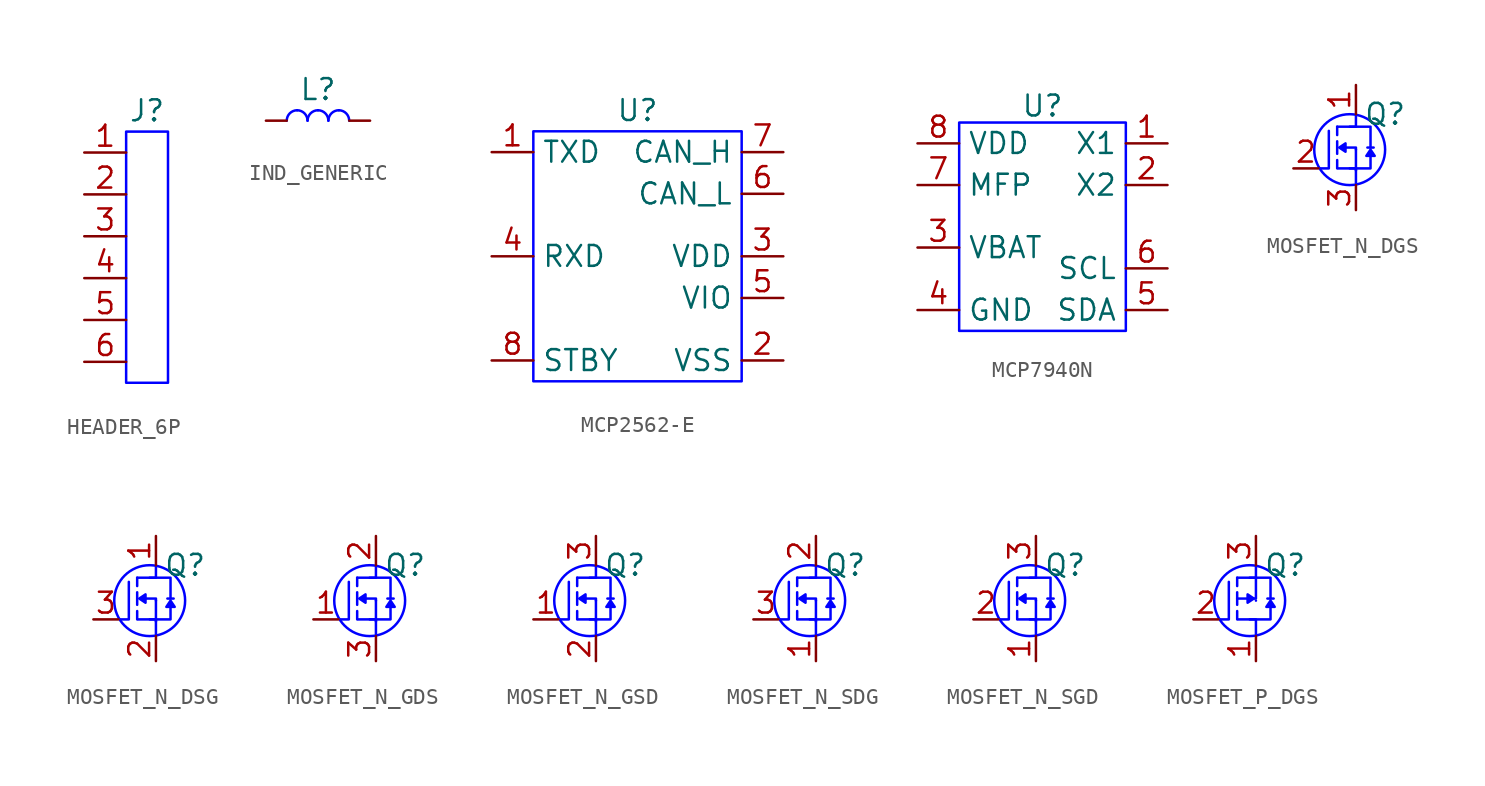
<source format=kicad_sym>
(kicad_symbol_lib
  (version 20241209)
  (generator "kicad_symbol_editor")
  (generator_version "9.0")
  (symbol "HEADER_6P"
    (pin_names
      (hide yes))
    (property "Reference" "J"
      (at 1.27 1.27 0)
      (effects (font (size 1.27 1.27))))
    (property "Value" ""
      (at 0 0 0)
      (effects (font (size 1.27 1.27))))
    (symbol "HEADER_6P_1_1"
      (rectangle (start 0 0) (end 2.54 -15.24) (stroke (width 0) (type solid) (color 0 0 255 1)) (fill (type none)))
      (pin passive line (at -2.54 -1.27 0) (length 2.54) (name "1" (effects (font (size 1.27 1.27)))) (number "1" (effects (font (size 1.27 1.27)))))
      (pin passive line (at -2.54 -3.81 0) (length 2.54) (name "2" (effects (font (size 1.27 1.27)))) (number "2" (effects (font (size 1.27 1.27)))))
      (pin passive line (at -2.54 -6.35 0) (length 2.54) (name "3" (effects (font (size 1.27 1.27)))) (number "3" (effects (font (size 1.27 1.27)))))
      (pin passive line (at -2.54 -8.89 0) (length 2.54) (name "4" (effects (font (size 1.27 1.27)))) (number "4" (effects (font (size 1.27 1.27)))))
      (pin passive line (at -2.54 -11.43 0) (length 2.54) (name "5" (effects (font (size 1.27 1.27)))) (number "5" (effects (font (size 1.27 1.27)))))
      (pin passive line (at -2.54 -13.97 0) (length 2.54) (name "6" (effects (font (size 1.27 1.27)))) (number "6" (effects (font (size 1.27 1.27)))))))
  (symbol "IND_GENERIC"
    (pin_numbers
      (hide yes))
    (pin_names
      (offset 0)
      (hide yes))
    (property "Reference" "L"
      (at 1.905 1.905 0)
      (effects (font (size 1.27 1.27))))
    (property "Value" ""
      (at 1.524 -1.524 0)
      (effects (font (size 1.27 1.27))))
    (property "Current Rating" ""
      (at 0 0 0)
      (effects (font (size 1.27 1.27))))
    (symbol "IND_GENERIC_0_1"
      (arc (start 0 0) (mid 0.186 0.449) (end 0.635 0.635) (stroke (width 0) (type default) (color 0 0 255 1)) (fill (type none)))
      (arc (start 0.635 0.635) (mid 1.084 0.449) (end 1.27 0) (stroke (width 0) (type default) (color 0 0 255 1)) (fill (type none)))
      (arc (start 1.27 0) (mid 1.456 0.449) (end 1.905 0.635) (stroke (width 0) (type default) (color 0 0 255 1)) (fill (type none)))
      (arc (start 1.905 0.635) (mid 2.354 0.449) (end 2.54 0) (stroke (width 0) (type default) (color 0 0 255 1)) (fill (type none)))
      (arc (start 2.54 0) (mid 2.726 0.449) (end 3.175 0.635) (stroke (width 0) (type default) (color 0 0 255 1)) (fill (type none)))
      (arc (start 3.175 0.635) (mid 3.624 0.449) (end 3.81 0) (stroke (width 0) (type default) (color 0 0 255 1)) (fill (type none))))
    (symbol "IND_GENERIC_1_1"
      (pin passive line (at -1.27 0 0) (length 1.27) (name "" (effects (font (size 1.27 1.27)))) (number "1" (effects (font (size 1.27 1.27)))))
      (pin passive line (at 5.08 0 180) (length 1.27) (name "" (effects (font (size 1.27 1.27)))) (number "2" (effects (font (size 1.27 1.27)))))))
  (symbol "MCP2562-E"
    (property "Reference" "U"
      (at 6.35 1.27 0)
      (effects (font (size 1.27 1.27))))
    (property "Value" ""
      (at 0 0 0)
      (effects (font (size 1.27 1.27))))
    (symbol "MCP2562-E_1_1"
      (rectangle (start 0 0) (end 12.7 -15.24) (stroke (width 0) (type solid) (color 0 0 255 1)) (fill (type none)))
      (pin input line (at -2.54 -1.27 0) (length 2.54) (name "TXD" (effects (font (size 1.27 1.27)))) (number "1" (effects (font (size 1.27 1.27)))))
      (pin output line (at -2.54 -7.62 0) (length 2.54) (name "RXD" (effects (font (size 1.27 1.27)))) (number "4" (effects (font (size 1.27 1.27)))))
      (pin input line (at -2.54 -13.97 0) (length 2.54) (name "STBY" (effects (font (size 1.27 1.27)))) (number "8" (effects (font (size 1.27 1.27)))))
      (pin bidirectional line (at 15.24 -1.27 180) (length 2.54) (name "CAN_H" (effects (font (size 1.27 1.27)))) (number "7" (effects (font (size 1.27 1.27)))))
      (pin bidirectional line (at 15.24 -3.81 180) (length 2.54) (name "CAN_L" (effects (font (size 1.27 1.27)))) (number "6" (effects (font (size 1.27 1.27)))))
      (pin power_in line (at 15.24 -7.62 180) (length 2.54) (name "VDD" (effects (font (size 1.27 1.27)))) (number "3" (effects (font (size 1.27 1.27)))))
      (pin power_in line (at 15.24 -10.16 180) (length 2.54) (name "VIO" (effects (font (size 1.27 1.27)))) (number "5" (effects (font (size 1.27 1.27)))))
      (pin power_in line (at 15.24 -13.97 180) (length 2.54) (name "VSS" (effects (font (size 1.27 1.27)))) (number "2" (effects (font (size 1.27 1.27)))))))
  (symbol "MCP7940N"
    (property "Reference" "U"
      (at 5.08 1.016 0)
      (effects (font (size 1.27 1.27))))
    (property "Value" ""
      (at 0 0 0)
      (effects (font (size 1.27 1.27))))
    (symbol "MCP7940N_0_1"
      (rectangle (start 0 0) (end 10.16 -12.7) (stroke (width 0) (type default) (color 0 0 255 1)) (fill (type none)))
      (polyline (pts (xy 3.556 -3.81) (xy 3.556 -3.81)) (stroke (width 0) (type default) (color 0 0 255 1)) (fill (type none)))
      (polyline (pts (xy 10.16 -3.81) (xy 10.16 -3.81)) (stroke (width 0) (type default) (color 0 0 255 1)) (fill (type none))))
    (symbol "MCP7940N_1_1"
      (pin power_in line (at -2.54 -1.27 0) (length 2.54) (name "VDD" (effects (font (size 1.27 1.27)))) (number "8" (effects (font (size 1.27 1.27)))))
      (pin open_collector line (at -2.54 -3.81 0) (length 2.54) (name "MFP" (effects (font (size 1.27 1.27)))) (number "7" (effects (font (size 1.27 1.27)))))
      (pin power_in line (at -2.54 -7.62 0) (length 2.54) (name "VBAT" (effects (font (size 1.27 1.27)))) (number "3" (effects (font (size 1.27 1.27)))))
      (pin power_in line (at -2.54 -11.43 0) (length 2.54) (name "GND" (effects (font (size 1.27 1.27)))) (number "4" (effects (font (size 1.27 1.27)))))
      (pin input line (at 12.7 -1.27 180) (length 2.54) (name "X1" (effects (font (size 1.27 1.27)))) (number "1" (effects (font (size 1.27 1.27)))))
      (pin input line (at 12.7 -3.81 180) (length 2.54) (name "X2" (effects (font (size 1.27 1.27)))) (number "2" (effects (font (size 1.27 1.27)))))
      (pin input line (at 12.7 -8.89 180) (length 2.54) (name "SCL" (effects (font (size 1.27 1.27)))) (number "6" (effects (font (size 1.27 1.27)))))
      (pin bidirectional line (at 12.7 -11.43 180) (length 2.54) (name "SDA" (effects (font (size 1.27 1.27)))) (number "5" (effects (font (size 1.27 1.27)))))))
  (symbol "MOSFET_N_DGS"
    (pin_names
      (offset 0)
      (hide yes))
    (property "Reference" "Q"
      (at 5.588 3.302 0)
      (effects (font (size 1.27 1.27))))
    (property "Value" ""
      (at 0 0 0)
      (effects (font (size 1.27 1.27))))
    (property "VDS" ""
      (at 0 0 0)
      (effects (font (size 1.27 1.27))))
    (symbol "MOSFET_N_DGS_1_1"
      (polyline (pts (xy 1.651 0) (xy 2.159 0) (xy 2.159 2.286)) (stroke (width 0) (type solid) (color 0 0 255 1)) (fill (type none)))
      (polyline (pts (xy 2.667 2.54) (xy 2.667 2.032)) (stroke (width 0) (type solid) (color 0 0 255 1)) (fill (type none)))
      (polyline (pts (xy 2.667 2.54) (xy 3.81 2.54) (xy 3.81 3.175)) (stroke (width 0) (type solid) (color 0 0 255 1)) (fill (type none)))
      (polyline (pts (xy 2.667 1.651) (xy 2.667 0.889)) (stroke (width 0) (type solid) (color 0 0 255 1)) (fill (type none)))
      (polyline (pts (xy 2.667 0.508) (xy 2.667 0)) (stroke (width 0) (type solid) (color 0 0 255 1)) (fill (type none)))
      (polyline (pts (xy 2.73 0) (xy 3.81 0) (xy 3.81 -0.889)) (stroke (width 0) (type solid) (color 0 0 255 1)) (fill (type none)))
      (polyline (pts (xy 2.794 1.27) (xy 3.175 1.016) (xy 3.175 1.524) (xy 2.794 1.27)) (stroke (width 0) (type solid) (color 0 0 255 1)) (fill (type color) (color 0 0 255 1)))
      (polyline (pts (xy 3.048 1.27) (xy 3.81 1.27) (xy 3.81 -0.127)) (stroke (width 0) (type solid) (color 0 0 255 1)) (fill (type none)))
      (polyline (pts (xy 3.429 2.54) (xy 4.699 2.54) (xy 4.699 1.27)) (stroke (width 0) (type solid) (color 0 0 255 1)) (fill (type none)))
      (circle (center 3.429 1.143) (radius 2.159) (stroke (width 0) (type default) (color 0 0 255 1)) (fill (type none)))
      (polyline (pts (xy 3.429 0) (xy 4.699 0) (xy 4.699 0.889)) (stroke (width 0) (type solid) (color 0 0 255 1)) (fill (type none)))
      (polyline (pts (xy 3.81 1.143) (xy 3.81 1.143)) (stroke (width 0) (type solid) (color 0 0 255 1)) (fill (type none)))
      (polyline (pts (xy 4.508 1.27) (xy 4.889 1.27)) (stroke (width 0) (type solid) (color 0 0 255 1)) (fill (type none)))
      (polyline (pts (xy 4.699 1.143) (xy 4.445 0.762) (xy 4.953 0.762) (xy 4.699 1.143)) (stroke (width 0) (type solid) (color 0 0 255 1)) (fill (type color) (color 0 0 255 1)))
      (pin input line (at 0 0 0) (length 1.524) (name "G" (effects (font (size 1.27 1.27)))) (number "2" (effects (font (size 1.27 1.27)))))
      (pin passive line (at 3.81 5.08 270) (length 1.778) (name "D" (effects (font (size 1.27 1.27)))) (number "1" (effects (font (size 1.27 1.27)))))
      (pin passive line (at 3.81 -2.54 90) (length 1.524) (name "S" (effects (font (size 1.27 1.27)))) (number "3" (effects (font (size 1.27 1.27)))))))
  (symbol "MOSFET_N_DSG"
    (pin_names
      (offset 0)
      (hide yes))
    (property "Reference" "Q"
      (at 5.588 3.302 0)
      (effects (font (size 1.27 1.27))))
    (property "VDS" ""
      (at 0 0 0)
      (effects (font (size 1.27 1.27))))
    (symbol "MOSFET_N_DSG_1_1"
      (polyline (pts (xy 1.651 0) (xy 2.159 0) (xy 2.159 2.286)) (stroke (width 0) (type solid) (color 0 0 255 1)) (fill (type none)))
      (polyline (pts (xy 2.667 2.54) (xy 2.667 2.032)) (stroke (width 0) (type solid) (color 0 0 255 1)) (fill (type none)))
      (polyline (pts (xy 2.667 2.54) (xy 3.81 2.54) (xy 3.81 3.175)) (stroke (width 0) (type solid) (color 0 0 255 1)) (fill (type none)))
      (polyline (pts (xy 2.667 1.651) (xy 2.667 0.889)) (stroke (width 0) (type solid) (color 0 0 255 1)) (fill (type none)))
      (polyline (pts (xy 2.667 0.508) (xy 2.667 0)) (stroke (width 0) (type solid) (color 0 0 255 1)) (fill (type none)))
      (polyline (pts (xy 2.73 0) (xy 3.81 0) (xy 3.81 -0.889)) (stroke (width 0) (type solid) (color 0 0 255 1)) (fill (type none)))
      (polyline (pts (xy 2.794 1.27) (xy 3.175 1.016) (xy 3.175 1.524) (xy 2.794 1.27)) (stroke (width 0) (type solid) (color 0 0 255 1)) (fill (type color) (color 0 0 255 1)))
      (polyline (pts (xy 3.048 1.27) (xy 3.81 1.27) (xy 3.81 -0.127)) (stroke (width 0) (type solid) (color 0 0 255 1)) (fill (type none)))
      (polyline (pts (xy 3.429 2.54) (xy 4.699 2.54) (xy 4.699 1.27)) (stroke (width 0) (type solid) (color 0 0 255 1)) (fill (type none)))
      (circle (center 3.429 1.143) (radius 2.159) (stroke (width 0) (type default) (color 0 0 255 1)) (fill (type none)))
      (polyline (pts (xy 3.429 0) (xy 4.699 0) (xy 4.699 0.889)) (stroke (width 0) (type solid) (color 0 0 255 1)) (fill (type none)))
      (polyline (pts (xy 3.81 1.143) (xy 3.81 1.143)) (stroke (width 0) (type solid) (color 0 0 255 1)) (fill (type none)))
      (polyline (pts (xy 4.508 1.27) (xy 4.889 1.27)) (stroke (width 0) (type solid) (color 0 0 255 1)) (fill (type none)))
      (polyline (pts (xy 4.699 1.143) (xy 4.445 0.762) (xy 4.953 0.762) (xy 4.699 1.143)) (stroke (width 0) (type solid) (color 0 0 255 1)) (fill (type color) (color 0 0 255 1)))
      (pin input line (at 0 0 0) (length 1.524) (name "G" (effects (font (size 1.27 1.27)))) (number "3" (effects (font (size 1.27 1.27)))))
      (pin passive line (at 3.81 5.08 270) (length 1.778) (name "D" (effects (font (size 1.27 1.27)))) (number "1" (effects (font (size 1.27 1.27)))))
      (pin passive line (at 3.81 -2.54 90) (length 1.524) (name "S" (effects (font (size 1.27 1.27)))) (number "2" (effects (font (size 1.27 1.27)))))))
  (symbol "MOSFET_N_GDS"
    (pin_names
      (offset 0)
      (hide yes))
    (property "Reference" "Q"
      (at 5.588 3.302 0)
      (effects (font (size 1.27 1.27))))
    (property "VDS" ""
      (at 0 0 0)
      (effects (font (size 1.27 1.27))))
    (symbol "MOSFET_N_GDS_1_1"
      (polyline (pts (xy 1.651 0) (xy 2.159 0) (xy 2.159 2.286)) (stroke (width 0) (type solid) (color 0 0 255 1)) (fill (type none)))
      (polyline (pts (xy 2.667 2.54) (xy 2.667 2.032)) (stroke (width 0) (type solid) (color 0 0 255 1)) (fill (type none)))
      (polyline (pts (xy 2.667 2.54) (xy 3.81 2.54) (xy 3.81 3.175)) (stroke (width 0) (type solid) (color 0 0 255 1)) (fill (type none)))
      (polyline (pts (xy 2.667 1.651) (xy 2.667 0.889)) (stroke (width 0) (type solid) (color 0 0 255 1)) (fill (type none)))
      (polyline (pts (xy 2.667 0.508) (xy 2.667 0)) (stroke (width 0) (type solid) (color 0 0 255 1)) (fill (type none)))
      (polyline (pts (xy 2.73 0) (xy 3.81 0) (xy 3.81 -0.889)) (stroke (width 0) (type solid) (color 0 0 255 1)) (fill (type none)))
      (polyline (pts (xy 2.794 1.27) (xy 3.175 1.016) (xy 3.175 1.524) (xy 2.794 1.27)) (stroke (width 0) (type solid) (color 0 0 255 1)) (fill (type color) (color 0 0 255 1)))
      (polyline (pts (xy 3.048 1.27) (xy 3.81 1.27) (xy 3.81 -0.127)) (stroke (width 0) (type solid) (color 0 0 255 1)) (fill (type none)))
      (polyline (pts (xy 3.429 2.54) (xy 4.699 2.54) (xy 4.699 1.27)) (stroke (width 0) (type solid) (color 0 0 255 1)) (fill (type none)))
      (circle (center 3.429 1.143) (radius 2.159) (stroke (width 0) (type default) (color 0 0 255 1)) (fill (type none)))
      (polyline (pts (xy 3.429 0) (xy 4.699 0) (xy 4.699 0.889)) (stroke (width 0) (type solid) (color 0 0 255 1)) (fill (type none)))
      (polyline (pts (xy 3.81 1.143) (xy 3.81 1.143)) (stroke (width 0) (type solid) (color 0 0 255 1)) (fill (type none)))
      (polyline (pts (xy 4.508 1.27) (xy 4.889 1.27)) (stroke (width 0) (type solid) (color 0 0 255 1)) (fill (type none)))
      (polyline (pts (xy 4.699 1.143) (xy 4.445 0.762) (xy 4.953 0.762) (xy 4.699 1.143)) (stroke (width 0) (type solid) (color 0 0 255 1)) (fill (type color) (color 0 0 255 1)))
      (pin input line (at 0 0 0) (length 1.524) (name "G" (effects (font (size 1.27 1.27)))) (number "1" (effects (font (size 1.27 1.27)))))
      (pin passive line (at 3.81 5.08 270) (length 1.778) (name "D" (effects (font (size 1.27 1.27)))) (number "2" (effects (font (size 1.27 1.27)))))
      (pin passive line (at 3.81 -2.54 90) (length 1.524) (name "S" (effects (font (size 1.27 1.27)))) (number "3" (effects (font (size 1.27 1.27)))))))
  (symbol "MOSFET_N_GSD"
    (pin_names
      (offset 0)
      (hide yes))
    (property "Reference" "Q"
      (at 5.588 3.302 0)
      (effects (font (size 1.27 1.27))))
    (property "Value" ""
      (at 0 0 0)
      (effects (font (size 1.27 1.27))))
    (property "VDS" ""
      (at 0 0 0)
      (effects (font (size 1.27 1.27))))
    (symbol "MOSFET_N_GSD_1_1"
      (polyline (pts (xy 1.651 0) (xy 2.159 0) (xy 2.159 2.286)) (stroke (width 0) (type solid) (color 0 0 255 1)) (fill (type none)))
      (polyline (pts (xy 2.667 2.54) (xy 2.667 2.032)) (stroke (width 0) (type solid) (color 0 0 255 1)) (fill (type none)))
      (polyline (pts (xy 2.667 2.54) (xy 3.81 2.54) (xy 3.81 3.175)) (stroke (width 0) (type solid) (color 0 0 255 1)) (fill (type none)))
      (polyline (pts (xy 2.667 1.651) (xy 2.667 0.889)) (stroke (width 0) (type solid) (color 0 0 255 1)) (fill (type none)))
      (polyline (pts (xy 2.667 0.508) (xy 2.667 0)) (stroke (width 0) (type solid) (color 0 0 255 1)) (fill (type none)))
      (polyline (pts (xy 2.73 0) (xy 3.81 0) (xy 3.81 -0.889)) (stroke (width 0) (type solid) (color 0 0 255 1)) (fill (type none)))
      (polyline (pts (xy 2.794 1.27) (xy 3.175 1.016) (xy 3.175 1.524) (xy 2.794 1.27)) (stroke (width 0) (type solid) (color 0 0 255 1)) (fill (type color) (color 0 0 255 1)))
      (polyline (pts (xy 3.048 1.27) (xy 3.81 1.27) (xy 3.81 -0.127)) (stroke (width 0) (type solid) (color 0 0 255 1)) (fill (type none)))
      (polyline (pts (xy 3.429 2.54) (xy 4.699 2.54) (xy 4.699 1.27)) (stroke (width 0) (type solid) (color 0 0 255 1)) (fill (type none)))
      (circle (center 3.429 1.143) (radius 2.159) (stroke (width 0) (type solid) (color 0 0 255 1)) (fill (type none)))
      (polyline (pts (xy 3.429 0) (xy 4.699 0) (xy 4.699 0.889)) (stroke (width 0) (type solid) (color 0 0 255 1)) (fill (type none)))
      (polyline (pts (xy 3.81 1.143) (xy 3.81 1.143)) (stroke (width 0) (type solid) (color 0 0 255 1)) (fill (type none)))
      (polyline (pts (xy 4.508 1.27) (xy 4.889 1.27)) (stroke (width 0) (type solid) (color 0 0 255 1)) (fill (type none)))
      (polyline (pts (xy 4.699 1.143) (xy 4.445 0.762) (xy 4.953 0.762) (xy 4.699 1.143)) (stroke (width 0) (type solid) (color 0 0 255 1)) (fill (type color) (color 0 0 255 1)))
      (pin input line (at 0 0 0) (length 1.524) (name "G" (effects (font (size 1.27 1.27)))) (number "1" (effects (font (size 1.27 1.27)))))
      (pin passive line (at 3.81 5.08 270) (length 1.778) (name "D" (effects (font (size 1.27 1.27)))) (number "3" (effects (font (size 1.27 1.27)))))
      (pin passive line (at 3.81 -2.54 90) (length 1.524) (name "S" (effects (font (size 1.27 1.27)))) (number "2" (effects (font (size 1.27 1.27)))))))
  (symbol "MOSFET_N_SDG"
    (pin_names
      (offset 0)
      (hide yes))
    (property "Reference" "Q"
      (at 5.588 3.302 0)
      (effects (font (size 1.27 1.27))))
    (property "VDS" ""
      (at 0 0 0)
      (effects (font (size 1.27 1.27))))
    (symbol "MOSFET_N_SDG_1_1"
      (polyline (pts (xy 1.651 0) (xy 2.159 0) (xy 2.159 2.286)) (stroke (width 0) (type solid) (color 0 0 255 1)) (fill (type none)))
      (polyline (pts (xy 2.667 2.54) (xy 2.667 2.032)) (stroke (width 0) (type solid) (color 0 0 255 1)) (fill (type none)))
      (polyline (pts (xy 2.667 2.54) (xy 3.81 2.54) (xy 3.81 3.175)) (stroke (width 0) (type solid) (color 0 0 255 1)) (fill (type none)))
      (polyline (pts (xy 2.667 1.651) (xy 2.667 0.889)) (stroke (width 0) (type solid) (color 0 0 255 1)) (fill (type none)))
      (polyline (pts (xy 2.667 0.508) (xy 2.667 0)) (stroke (width 0) (type solid) (color 0 0 255 1)) (fill (type none)))
      (polyline (pts (xy 2.73 0) (xy 3.81 0) (xy 3.81 -0.889)) (stroke (width 0) (type solid) (color 0 0 255 1)) (fill (type none)))
      (polyline (pts (xy 2.794 1.27) (xy 3.175 1.016) (xy 3.175 1.524) (xy 2.794 1.27)) (stroke (width 0) (type solid) (color 0 0 255 1)) (fill (type color) (color 0 0 255 1)))
      (polyline (pts (xy 3.048 1.27) (xy 3.81 1.27) (xy 3.81 -0.127)) (stroke (width 0) (type solid) (color 0 0 255 1)) (fill (type none)))
      (polyline (pts (xy 3.429 2.54) (xy 4.699 2.54) (xy 4.699 1.27)) (stroke (width 0) (type solid) (color 0 0 255 1)) (fill (type none)))
      (circle (center 3.429 1.143) (radius 2.159) (stroke (width 0) (type default) (color 0 0 255 1)) (fill (type none)))
      (polyline (pts (xy 3.429 0) (xy 4.699 0) (xy 4.699 0.889)) (stroke (width 0) (type solid) (color 0 0 255 1)) (fill (type none)))
      (polyline (pts (xy 3.81 1.143) (xy 3.81 1.143)) (stroke (width 0) (type solid) (color 0 0 255 1)) (fill (type none)))
      (polyline (pts (xy 4.508 1.27) (xy 4.889 1.27)) (stroke (width 0) (type solid) (color 0 0 255 1)) (fill (type none)))
      (polyline (pts (xy 4.699 1.143) (xy 4.445 0.762) (xy 4.953 0.762) (xy 4.699 1.143)) (stroke (width 0) (type solid) (color 0 0 255 1)) (fill (type color) (color 0 0 255 1)))
      (pin input line (at 0 0 0) (length 1.524) (name "G" (effects (font (size 1.27 1.27)))) (number "3" (effects (font (size 1.27 1.27)))))
      (pin passive line (at 3.81 5.08 270) (length 1.778) (name "D" (effects (font (size 1.27 1.27)))) (number "2" (effects (font (size 1.27 1.27)))))
      (pin passive line (at 3.81 -2.54 90) (length 1.524) (name "S" (effects (font (size 1.27 1.27)))) (number "1" (effects (font (size 1.27 1.27)))))))
  (symbol "MOSFET_N_SGD"
    (pin_names
      (offset 0)
      (hide yes))
    (property "Reference" "Q"
      (at 5.588 3.302 0)
      (effects (font (size 1.27 1.27))))
    (property "VDS" ""
      (at 0 0 0)
      (effects (font (size 1.27 1.27))))
    (symbol "MOSFET_N_SGD_1_1"
      (polyline (pts (xy 1.651 0) (xy 2.159 0) (xy 2.159 2.286)) (stroke (width 0) (type solid) (color 0 0 255 1)) (fill (type none)))
      (polyline (pts (xy 2.667 2.54) (xy 2.667 2.032)) (stroke (width 0) (type solid) (color 0 0 255 1)) (fill (type none)))
      (polyline (pts (xy 2.667 2.54) (xy 3.81 2.54) (xy 3.81 3.175)) (stroke (width 0) (type solid) (color 0 0 255 1)) (fill (type none)))
      (polyline (pts (xy 2.667 1.651) (xy 2.667 0.889)) (stroke (width 0) (type solid) (color 0 0 255 1)) (fill (type none)))
      (polyline (pts (xy 2.667 0.508) (xy 2.667 0)) (stroke (width 0) (type solid) (color 0 0 255 1)) (fill (type none)))
      (polyline (pts (xy 2.73 0) (xy 3.81 0) (xy 3.81 -0.889)) (stroke (width 0) (type solid) (color 0 0 255 1)) (fill (type none)))
      (polyline (pts (xy 2.794 1.27) (xy 3.175 1.016) (xy 3.175 1.524) (xy 2.794 1.27)) (stroke (width 0) (type solid) (color 0 0 255 1)) (fill (type color) (color 0 0 255 1)))
      (polyline (pts (xy 3.048 1.27) (xy 3.81 1.27) (xy 3.81 -0.127)) (stroke (width 0) (type solid) (color 0 0 255 1)) (fill (type none)))
      (polyline (pts (xy 3.429 2.54) (xy 4.699 2.54) (xy 4.699 1.27)) (stroke (width 0) (type solid) (color 0 0 255 1)) (fill (type none)))
      (circle (center 3.429 1.143) (radius 2.159) (stroke (width 0) (type default) (color 0 0 255 1)) (fill (type none)))
      (polyline (pts (xy 3.429 0) (xy 4.699 0) (xy 4.699 0.889)) (stroke (width 0) (type solid) (color 0 0 255 1)) (fill (type none)))
      (polyline (pts (xy 3.81 1.143) (xy 3.81 1.143)) (stroke (width 0) (type solid) (color 0 0 255 1)) (fill (type none)))
      (polyline (pts (xy 4.508 1.27) (xy 4.889 1.27)) (stroke (width 0) (type solid) (color 0 0 255 1)) (fill (type none)))
      (polyline (pts (xy 4.699 1.143) (xy 4.445 0.762) (xy 4.953 0.762) (xy 4.699 1.143)) (stroke (width 0) (type solid) (color 0 0 255 1)) (fill (type color) (color 0 0 255 1)))
      (pin input line (at 0 0 0) (length 1.524) (name "G" (effects (font (size 1.27 1.27)))) (number "2" (effects (font (size 1.27 1.27)))))
      (pin passive line (at 3.81 5.08 270) (length 1.778) (name "D" (effects (font (size 1.27 1.27)))) (number "3" (effects (font (size 1.27 1.27)))))
      (pin passive line (at 3.81 -2.54 90) (length 1.524) (name "S" (effects (font (size 1.27 1.27)))) (number "1" (effects (font (size 1.27 1.27)))))))
  (symbol "MOSFET_P_DGS"
    (pin_names
      (offset 0)
      (hide yes))
    (property "Reference" "Q"
      (at 5.588 3.302 0)
      (effects (font (size 1.27 1.27))))
    (property "Value" ""
      (at 0 0 0)
      (effects (font (size 1.27 1.27))))
    (property "VDS" ""
      (at 0 0 0)
      (effects (font (size 1.27 1.27))))
    (symbol "MOSFET_P_DGS_1_1"
      (polyline (pts (xy 1.651 0) (xy 2.159 0) (xy 2.159 2.286)) (stroke (width 0) (type solid) (color 0 0 255 1)) (fill (type none)))
      (polyline (pts (xy 2.667 2.54) (xy 2.667 2.032)) (stroke (width 0) (type solid) (color 0 0 255 1)) (fill (type none)))
      (polyline (pts (xy 2.667 2.54) (xy 3.81 2.54) (xy 3.81 3.175)) (stroke (width 0) (type solid) (color 0 0 255 1)) (fill (type none)))
      (polyline (pts (xy 2.667 1.651) (xy 2.667 0.889)) (stroke (width 0) (type solid) (color 0 0 255 1)) (fill (type none)))
      (polyline (pts (xy 2.667 1.27) (xy 3.81 1.27) (xy 3.81 2.54)) (stroke (width 0) (type solid) (color 0 0 255 1)) (fill (type none)))
      (polyline (pts (xy 2.667 0.508) (xy 2.667 0)) (stroke (width 0) (type solid) (color 0 0 255 1)) (fill (type none)))
      (polyline (pts (xy 2.73 0) (xy 3.81 0) (xy 3.81 -0.889)) (stroke (width 0) (type solid) (color 0 0 255 1)) (fill (type none)))
      (polyline (pts (xy 3.429 2.54) (xy 4.699 2.54) (xy 4.699 1.27)) (stroke (width 0) (type solid) (color 0 0 255 1)) (fill (type none)))
      (circle (center 3.429 1.143) (radius 2.159) (stroke (width 0) (type default) (color 0 0 255 1)) (fill (type none)))
      (polyline (pts (xy 3.429 0) (xy 4.699 0) (xy 4.699 0.889)) (stroke (width 0) (type solid) (color 0 0 255 1)) (fill (type none)))
      (polyline (pts (xy 3.683 1.27) (xy 3.302 1.524) (xy 3.302 1.016) (xy 3.683 1.27)) (stroke (width 0) (type solid) (color 0 0 255 1)) (fill (type color) (color 0 0 255 1)))
      (polyline (pts (xy 3.81 1.143) (xy 3.81 1.143)) (stroke (width 0) (type solid) (color 0 0 255 1)) (fill (type none)))
      (polyline (pts (xy 4.508 1.27) (xy 4.889 1.27)) (stroke (width 0) (type solid) (color 0 0 255 1)) (fill (type none)))
      (polyline (pts (xy 4.699 1.143) (xy 4.445 0.762) (xy 4.953 0.762) (xy 4.699 1.143)) (stroke (width 0) (type solid) (color 0 0 255 1)) (fill (type color) (color 0 0 255 1)))
      (pin input line (at 0 0 0) (length 1.524) (name "G" (effects (font (size 1.27 1.27)))) (number "2" (effects (font (size 1.27 1.27)))))
      (pin passive line (at 3.81 5.08 270) (length 1.778) (name "S" (effects (font (size 1.27 1.27)))) (number "3" (effects (font (size 1.27 1.27)))))
      (pin passive line (at 3.81 -2.54 90) (length 1.524) (name "D" (effects (font (size 1.27 1.27)))) (number "1" (effects (font (size 1.27 1.27))))))))
</source>
